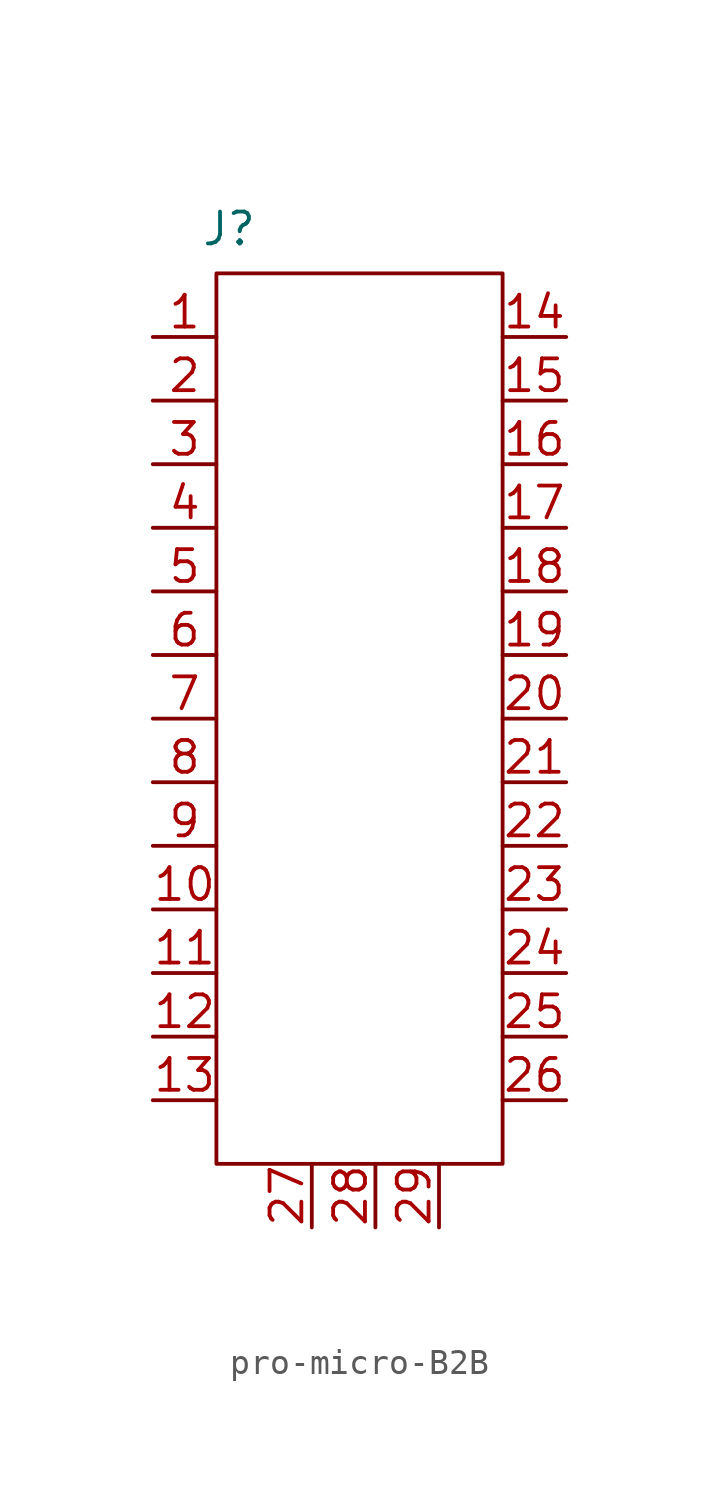
<source format=kicad_sym>
(kicad_symbol_lib
  (version 20231120)
  (generator "kicad_symbol_editor")
  (generator_version "8.0")
  (symbol "pro-micro-B2B"
    (property "Reference" "J"
      (at 3.048 4.318 0)
      (effects (font (size 1.27 1.27))))
    (property "Value" ""
      (at 0 -3.81 0)
      (effects (font (size 1.27 1.27))))
    (property "ki_locked" ""
      (at 0 0 0)
      (effects (font (size 1.27 1.27))))
    (symbol "pro-micro-B2B_0_0"
      (pin unspecified line (at 0 0 0) (length 2.54) (name "" (effects (font (size 1.27 1.27)))) (number "1" (effects (font (size 1.27 1.27)))))
      (pin unspecified line (at 0 -22.86 0) (length 2.54) (name "" (effects (font (size 1.27 1.27)))) (number "10" (effects (font (size 1.27 1.27)))))
      (pin unspecified line (at 0 -25.4 0) (length 2.54) (name "" (effects (font (size 1.27 1.27)))) (number "11" (effects (font (size 1.27 1.27)))))
      (pin unspecified line (at 0 -27.94 0) (length 2.54) (name "" (effects (font (size 1.27 1.27)))) (number "12" (effects (font (size 1.27 1.27)))))
      (pin unspecified line (at 0 -30.48 0) (length 2.54) (name "" (effects (font (size 1.27 1.27)))) (number "13" (effects (font (size 1.27 1.27)))))
      (pin unspecified line (at 16.51 0 180) (length 2.54) (name "" (effects (font (size 1.27 1.27)))) (number "14" (effects (font (size 1.27 1.27)))))
      (pin unspecified line (at 16.51 -2.54 180) (length 2.54) (name "" (effects (font (size 1.27 1.27)))) (number "15" (effects (font (size 1.27 1.27)))))
      (pin unspecified line (at 16.51 -5.08 180) (length 2.54) (name "" (effects (font (size 1.27 1.27)))) (number "16" (effects (font (size 1.27 1.27)))))
      (pin unspecified line (at 16.51 -7.62 180) (length 2.54) (name "" (effects (font (size 1.27 1.27)))) (number "17" (effects (font (size 1.27 1.27)))))
      (pin unspecified line (at 16.51 -10.16 180) (length 2.54) (name "" (effects (font (size 1.27 1.27)))) (number "18" (effects (font (size 1.27 1.27)))))
      (pin unspecified line (at 16.51 -12.7 180) (length 2.54) (name "" (effects (font (size 1.27 1.27)))) (number "19" (effects (font (size 1.27 1.27)))))
      (pin unspecified line (at 0 -2.54 0) (length 2.54) (name "" (effects (font (size 1.27 1.27)))) (number "2" (effects (font (size 1.27 1.27)))))
      (pin unspecified line (at 16.51 -15.24 180) (length 2.54) (name "" (effects (font (size 1.27 1.27)))) (number "20" (effects (font (size 1.27 1.27)))))
      (pin unspecified line (at 16.51 -17.78 180) (length 2.54) (name "" (effects (font (size 1.27 1.27)))) (number "21" (effects (font (size 1.27 1.27)))))
      (pin unspecified line (at 16.51 -20.32 180) (length 2.54) (name "" (effects (font (size 1.27 1.27)))) (number "22" (effects (font (size 1.27 1.27)))))
      (pin unspecified line (at 16.51 -22.86 180) (length 2.54) (name "" (effects (font (size 1.27 1.27)))) (number "23" (effects (font (size 1.27 1.27)))))
      (pin unspecified line (at 16.51 -25.4 180) (length 2.54) (name "" (effects (font (size 1.27 1.27)))) (number "24" (effects (font (size 1.27 1.27)))))
      (pin unspecified line (at 16.51 -27.94 180) (length 2.54) (name "" (effects (font (size 1.27 1.27)))) (number "25" (effects (font (size 1.27 1.27)))))
      (pin unspecified line (at 16.51 -30.48 180) (length 2.54) (name "" (effects (font (size 1.27 1.27)))) (number "26" (effects (font (size 1.27 1.27)))))
      (pin unspecified line (at 6.35 -35.56 90) (length 2.54) (name "" (effects (font (size 1.27 1.27)))) (number "27" (effects (font (size 1.27 1.27)))))
      (pin unspecified line (at 8.89 -35.56 90) (length 2.54) (name "" (effects (font (size 1.27 1.27)))) (number "28" (effects (font (size 1.27 1.27)))))
      (pin unspecified line (at 11.43 -35.56 90) (length 2.54) (name "" (effects (font (size 1.27 1.27)))) (number "29" (effects (font (size 1.27 1.27)))))
      (pin unspecified line (at 0 -5.08 0) (length 2.54) (name "" (effects (font (size 1.27 1.27)))) (number "3" (effects (font (size 1.27 1.27)))))
      (pin unspecified line (at 0 -7.62 0) (length 2.54) (name "" (effects (font (size 1.27 1.27)))) (number "4" (effects (font (size 1.27 1.27)))))
      (pin unspecified line (at 0 -10.16 0) (length 2.54) (name "" (effects (font (size 1.27 1.27)))) (number "5" (effects (font (size 1.27 1.27)))))
      (pin unspecified line (at 0 -12.7 0) (length 2.54) (name "" (effects (font (size 1.27 1.27)))) (number "6" (effects (font (size 1.27 1.27)))))
      (pin unspecified line (at 0 -15.24 0) (length 2.54) (name "" (effects (font (size 1.27 1.27)))) (number "7" (effects (font (size 1.27 1.27)))))
      (pin unspecified line (at 0 -17.78 0) (length 2.54) (name "" (effects (font (size 1.27 1.27)))) (number "8" (effects (font (size 1.27 1.27)))))
      (pin unspecified line (at 0 -20.32 0) (length 2.54) (name "" (effects (font (size 1.27 1.27)))) (number "9" (effects (font (size 1.27 1.27))))))
    (symbol "pro-micro-B2B_1_1"
      (rectangle (start 2.54 2.54) (end 13.97 -33.02) (stroke (width 0) (type default)) (fill (type none))))))
</source>
